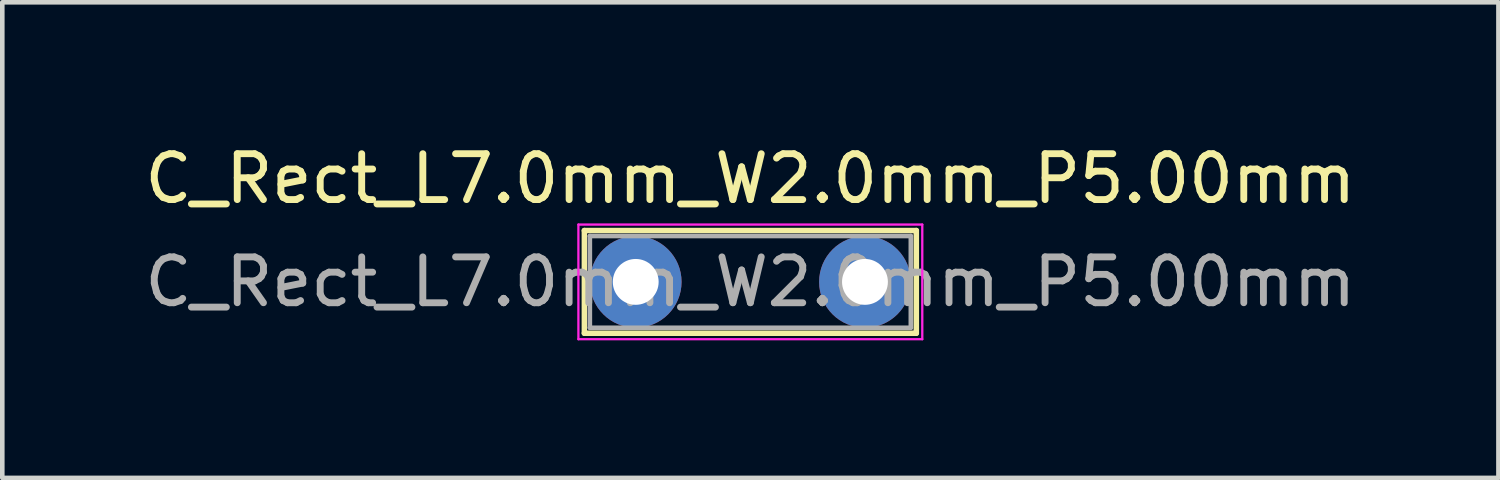
<source format=kicad_pcb>
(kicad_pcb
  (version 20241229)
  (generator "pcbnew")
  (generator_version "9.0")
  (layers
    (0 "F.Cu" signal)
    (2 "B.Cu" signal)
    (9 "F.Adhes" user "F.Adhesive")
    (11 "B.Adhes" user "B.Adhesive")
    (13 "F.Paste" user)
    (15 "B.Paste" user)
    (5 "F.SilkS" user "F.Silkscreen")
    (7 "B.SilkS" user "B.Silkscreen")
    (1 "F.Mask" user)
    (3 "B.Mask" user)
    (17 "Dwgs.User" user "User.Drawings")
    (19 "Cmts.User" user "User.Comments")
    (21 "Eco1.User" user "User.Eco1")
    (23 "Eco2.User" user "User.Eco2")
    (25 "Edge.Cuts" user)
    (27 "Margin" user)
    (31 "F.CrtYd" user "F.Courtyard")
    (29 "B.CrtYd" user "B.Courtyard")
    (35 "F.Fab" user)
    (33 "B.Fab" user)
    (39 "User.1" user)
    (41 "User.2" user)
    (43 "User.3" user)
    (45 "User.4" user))
  (footprint "C_Rect_L7.0mm_W2.0mm_P5.00mm"
    (layer "F.Cu")
    (at 10.815 3.098)
    (property "Reference" "C_Rect_L7.0mm_W2.0mm_P5.00mm" (at 2.5 -2.25 0) (layer "F.SilkS") (effects (font (size 1 1) (thickness 0.15))))
    (attr through_hole)
    (fp_line (start -1.12 -1.12) (end -1.12 1.12) (stroke (width 0.12) (type solid)) (layer "F.SilkS"))
    (fp_line (start -1.12 -1.12) (end 6.12 -1.12) (stroke (width 0.12) (type solid)) (layer "F.SilkS"))
    (fp_line (start -1.12 1.12) (end 6.12 1.12) (stroke (width 0.12) (type solid)) (layer "F.SilkS"))
    (fp_line (start 6.12 -1.12) (end 6.12 1.12) (stroke (width 0.12) (type solid)) (layer "F.SilkS"))
    (fp_line (start -1.25 -1.25) (end -1.25 1.25) (stroke (width 0.05) (type solid)) (layer "F.CrtYd"))
    (fp_line (start -1.25 1.25) (end 6.25 1.25) (stroke (width 0.05) (type solid)) (layer "F.CrtYd"))
    (fp_line (start 6.25 -1.25) (end -1.25 -1.25) (stroke (width 0.05) (type solid)) (layer "F.CrtYd"))
    (fp_line (start 6.25 1.25) (end 6.25 -1.25) (stroke (width 0.05) (type solid)) (layer "F.CrtYd"))
    (fp_line (start -1 -1) (end -1 1) (stroke (width 0.1) (type solid)) (layer "F.Fab"))
    (fp_line (start -1 1) (end 6 1) (stroke (width 0.1) (type solid)) (layer "F.Fab"))
    (fp_line (start 6 -1) (end -1 -1) (stroke (width 0.1) (type solid)) (layer "F.Fab"))
    (fp_line (start 6 1) (end 6 -1) (stroke (width 0.1) (type solid)) (layer "F.Fab"))
    (fp_text user "${REFERENCE}" (at 2.5 0 0) (layer "F.Fab") (effects (font (size 1 1) (thickness 0.15))))
    (pad "1" thru_hole circle (at 0 0) (size 2 2) (drill 1) (layers "*.Cu" "*.Mask"))
    (pad "2" thru_hole circle (at 5 0) (size 2 2) (drill 1) (layers "*.Cu" "*.Mask")))
  (gr_rect
    (start -3 -3)
    (end 29.631 7.373)
    (stroke (width 0.1) (type default))
    (fill no)
    (layer "Edge.Cuts")))
</source>
